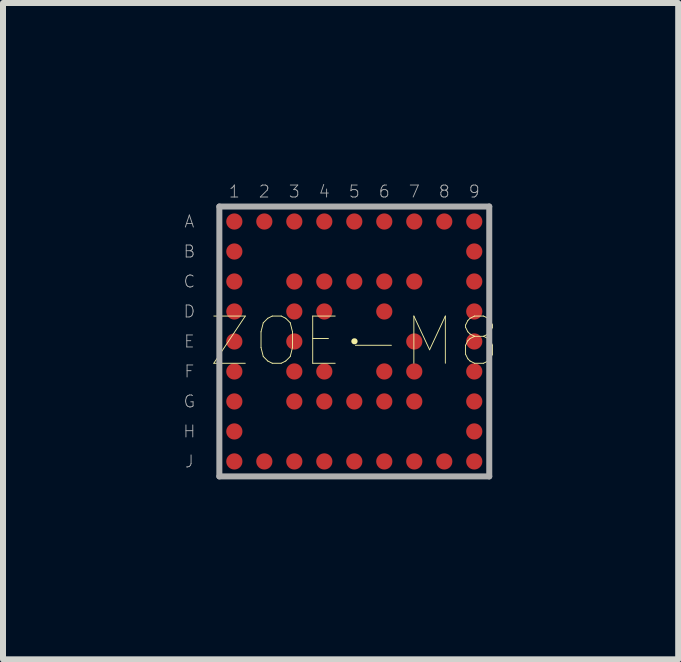
<source format=kicad_pcb>
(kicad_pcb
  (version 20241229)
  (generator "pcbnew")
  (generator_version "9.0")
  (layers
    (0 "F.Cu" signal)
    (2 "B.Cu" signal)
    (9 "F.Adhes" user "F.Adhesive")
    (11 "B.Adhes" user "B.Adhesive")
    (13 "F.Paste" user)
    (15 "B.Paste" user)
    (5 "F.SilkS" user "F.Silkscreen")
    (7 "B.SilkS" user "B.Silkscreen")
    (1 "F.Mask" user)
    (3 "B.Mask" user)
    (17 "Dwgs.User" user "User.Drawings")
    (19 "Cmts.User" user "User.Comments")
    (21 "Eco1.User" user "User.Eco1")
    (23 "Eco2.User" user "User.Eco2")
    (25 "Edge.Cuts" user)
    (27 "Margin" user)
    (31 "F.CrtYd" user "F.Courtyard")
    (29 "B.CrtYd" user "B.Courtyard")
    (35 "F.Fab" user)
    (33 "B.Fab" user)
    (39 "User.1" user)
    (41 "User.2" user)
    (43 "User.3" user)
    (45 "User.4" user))
  (footprint "ZOE-M8"
    (layer "F.Cu")
    (at 2.857 2.643)
    (property "Reference" "ZOE-M8" (at 0 0 0) (layer "F.SilkS") (effects (font (size 0.787 0.787) (thickness 0.015))))
    (attr through_hole)
    (fp_circle (center -2 -2) (end -1.815 -2) (stroke (width 0) (type solid)) (fill yes) (layer "F.Mask"))
    (fp_circle (center -2 -1.5) (end -1.815 -1.5) (stroke (width 0) (type solid)) (fill yes) (layer "F.Mask"))
    (fp_circle (center -2 -1) (end -1.815 -1) (stroke (width 0) (type solid)) (fill yes) (layer "F.Mask"))
    (fp_circle (center -2 -0.5) (end -1.815 -0.5) (stroke (width 0) (type solid)) (fill yes) (layer "F.Mask"))
    (fp_circle (center -2 0) (end -1.815 0) (stroke (width 0) (type solid)) (fill yes) (layer "F.Mask"))
    (fp_circle (center -2 0.5) (end -1.815 0.5) (stroke (width 0) (type solid)) (fill yes) (layer "F.Mask"))
    (fp_circle (center -2 1) (end -1.815 1) (stroke (width 0) (type solid)) (fill yes) (layer "F.Mask"))
    (fp_circle (center -2 1.5) (end -1.815 1.5) (stroke (width 0) (type solid)) (fill yes) (layer "F.Mask"))
    (fp_circle (center -2 2) (end -1.815 2) (stroke (width 0) (type solid)) (fill yes) (layer "F.Mask"))
    (fp_circle (center -1.5 -2) (end -1.315 -2) (stroke (width 0) (type solid)) (fill yes) (layer "F.Mask"))
    (fp_circle (center -1.5 2) (end -1.315 2) (stroke (width 0) (type solid)) (fill yes) (layer "F.Mask"))
    (fp_circle (center -1 -2) (end -0.815 -2) (stroke (width 0) (type solid)) (fill yes) (layer "F.Mask"))
    (fp_circle (center -1 -1) (end -0.815 -1) (stroke (width 0) (type solid)) (fill yes) (layer "F.Mask"))
    (fp_circle (center -1 -0.5) (end -0.815 -0.5) (stroke (width 0) (type solid)) (fill yes) (layer "F.Mask"))
    (fp_circle (center -1 0) (end -0.815 0) (stroke (width 0) (type solid)) (fill yes) (layer "F.Mask"))
    (fp_circle (center -1 0.5) (end -0.815 0.5) (stroke (width 0) (type solid)) (fill yes) (layer "F.Mask"))
    (fp_circle (center -1 1) (end -0.815 1) (stroke (width 0) (type solid)) (fill yes) (layer "F.Mask"))
    (fp_circle (center -1 2) (end -0.815 2) (stroke (width 0) (type solid)) (fill yes) (layer "F.Mask"))
    (fp_circle (center -0.5 -2) (end -0.315 -2) (stroke (width 0) (type solid)) (fill yes) (layer "F.Mask"))
    (fp_circle (center -0.5 -1) (end -0.315 -1) (stroke (width 0) (type solid)) (fill yes) (layer "F.Mask"))
    (fp_circle (center -0.5 -0.5) (end -0.315 -0.5) (stroke (width 0) (type solid)) (fill yes) (layer "F.Mask"))
    (fp_circle (center -0.5 0.5) (end -0.315 0.5) (stroke (width 0) (type solid)) (fill yes) (layer "F.Mask"))
    (fp_circle (center -0.5 1) (end -0.315 1) (stroke (width 0) (type solid)) (fill yes) (layer "F.Mask"))
    (fp_circle (center -0.5 2) (end -0.315 2) (stroke (width 0) (type solid)) (fill yes) (layer "F.Mask"))
    (fp_circle (center 0 -2) (end 0.185 -2) (stroke (width 0) (type solid)) (fill yes) (layer "F.Mask"))
    (fp_circle (center 0 -1) (end 0.185 -1) (stroke (width 0) (type solid)) (fill yes) (layer "F.Mask"))
    (fp_circle (center 0 1) (end 0.185 1) (stroke (width 0) (type solid)) (fill yes) (layer "F.Mask"))
    (fp_circle (center 0 2) (end 0.185 2) (stroke (width 0) (type solid)) (fill yes) (layer "F.Mask"))
    (fp_circle (center 0.5 -2) (end 0.685 -2) (stroke (width 0) (type solid)) (fill yes) (layer "F.Mask"))
    (fp_circle (center 0.5 -1) (end 0.685 -1) (stroke (width 0) (type solid)) (fill yes) (layer "F.Mask"))
    (fp_circle (center 0.5 -0.5) (end 0.685 -0.5) (stroke (width 0) (type solid)) (fill yes) (layer "F.Mask"))
    (fp_circle (center 0.5 0.5) (end 0.685 0.5) (stroke (width 0) (type solid)) (fill yes) (layer "F.Mask"))
    (fp_circle (center 0.5 1) (end 0.685 1) (stroke (width 0) (type solid)) (fill yes) (layer "F.Mask"))
    (fp_circle (center 0.5 2) (end 0.685 2) (stroke (width 0) (type solid)) (fill yes) (layer "F.Mask"))
    (fp_circle (center 1 -2) (end 1.185 -2) (stroke (width 0) (type solid)) (fill yes) (layer "F.Mask"))
    (fp_circle (center 1 -1) (end 1.185 -1) (stroke (width 0) (type solid)) (fill yes) (layer "F.Mask"))
    (fp_circle (center 1 0) (end 1.185 0) (stroke (width 0) (type solid)) (fill yes) (layer "F.Mask"))
    (fp_circle (center 1 0.5) (end 1.185 0.5) (stroke (width 0) (type solid)) (fill yes) (layer "F.Mask"))
    (fp_circle (center 1 1) (end 1.185 1) (stroke (width 0) (type solid)) (fill yes) (layer "F.Mask"))
    (fp_circle (center 1 2) (end 1.185 2) (stroke (width 0) (type solid)) (fill yes) (layer "F.Mask"))
    (fp_circle (center 1.5 -2) (end 1.685 -2) (stroke (width 0) (type solid)) (fill yes) (layer "F.Mask"))
    (fp_circle (center 1.5 2) (end 1.685 2) (stroke (width 0) (type solid)) (fill yes) (layer "F.Mask"))
    (fp_circle (center 2 -2) (end 2.185 -2) (stroke (width 0) (type solid)) (fill yes) (layer "F.Mask"))
    (fp_circle (center 2 -1.5) (end 2.185 -1.5) (stroke (width 0) (type solid)) (fill yes) (layer "F.Mask"))
    (fp_circle (center 2 -1) (end 2.185 -1) (stroke (width 0) (type solid)) (fill yes) (layer "F.Mask"))
    (fp_circle (center 2 -0.5) (end 2.185 -0.5) (stroke (width 0) (type solid)) (fill yes) (layer "F.Mask"))
    (fp_circle (center 2 0) (end 2.185 0) (stroke (width 0) (type solid)) (fill yes) (layer "F.Mask"))
    (fp_circle (center 2 0.5) (end 2.185 0.5) (stroke (width 0) (type solid)) (fill yes) (layer "F.Mask"))
    (fp_circle (center 2 1) (end 2.185 1) (stroke (width 0) (type solid)) (fill yes) (layer "F.Mask"))
    (fp_circle (center 2 1.5) (end 2.185 1.5) (stroke (width 0) (type solid)) (fill yes) (layer "F.Mask"))
    (fp_circle (center 2 2) (end 2.185 2) (stroke (width 0) (type solid)) (fill yes) (layer "F.Mask"))
    (fp_line (start 0 -0.003) (end 0.005 -0.003) (stroke (width 0.1) (type solid)) (layer "F.SilkS"))
    (fp_line (start -2.25 -2.25) (end -2.25 2.25) (stroke (width 0.1) (type solid)) (layer "F.Fab"))
    (fp_line (start -2.25 2.25) (end 2.25 2.25) (stroke (width 0.1) (type solid)) (layer "F.Fab"))
    (fp_line (start 2.25 -2.25) (end -2.25 -2.25) (stroke (width 0.1) (type solid)) (layer "F.Fab"))
    (fp_line (start 2.25 2.25) (end 2.25 -2.25) (stroke (width 0.1) (type solid)) (layer "F.Fab"))
    (fp_text user "H" (at -2.75 1.5 0) (layer "F.Fab") (effects (font (size 0.2 0.2) (thickness 0.015))))
    (fp_text user "6" (at 0.5 -2.5 0) (layer "F.Fab") (effects (font (size 0.2 0.2) (thickness 0.015))))
    (fp_text user "7" (at 1 -2.5 0) (layer "F.Fab") (effects (font (size 0.2 0.2) (thickness 0.015))))
    (fp_text user "5" (at 0 -2.5 0) (layer "F.Fab") (effects (font (size 0.2 0.2) (thickness 0.015))))
    (fp_text user "G" (at -2.75 1 0) (layer "F.Fab") (effects (font (size 0.2 0.2) (thickness 0.015))))
    (fp_text user "3" (at -1 -2.5 0) (layer "F.Fab") (effects (font (size 0.2 0.2) (thickness 0.015))))
    (fp_text user "9" (at 2 -2.5 0) (layer "F.Fab") (effects (font (size 0.2 0.2) (thickness 0.015))))
    (fp_text user "8" (at 1.5 -2.5 0) (layer "F.Fab") (effects (font (size 0.2 0.2) (thickness 0.015))))
    (fp_text user "J" (at -2.75 2 0) (layer "F.Fab") (effects (font (size 0.2 0.2) (thickness 0.015))))
    (fp_text user "2" (at -1.5 -2.5 0) (layer "F.Fab") (effects (font (size 0.2 0.2) (thickness 0.015))))
    (fp_text user "D" (at -2.75 -0.5 0) (layer "F.Fab") (effects (font (size 0.2 0.2) (thickness 0.015))))
    (fp_text user "B" (at -2.75 -1.5 0) (layer "F.Fab") (effects (font (size 0.2 0.2) (thickness 0.015))))
    (fp_text user "A" (at -2.75 -2 0) (layer "F.Fab") (effects (font (size 0.2 0.2) (thickness 0.015))))
    (fp_text user "F" (at -2.75 0.5 0) (layer "F.Fab") (effects (font (size 0.2 0.2) (thickness 0.015))))
    (fp_text user "4" (at -0.5 -2.5 0) (layer "F.Fab") (effects (font (size 0.2 0.2) (thickness 0.015))))
    (fp_text user "E" (at -2.75 0 0) (layer "F.Fab") (effects (font (size 0.2 0.2) (thickness 0.015))))
    (fp_text user "C" (at -2.75 -1 0) (layer "F.Fab") (effects (font (size 0.2 0.2) (thickness 0.015))))
    (fp_text user "1" (at -2 -2.5 0) (layer "F.Fab") (effects (font (size 0.2 0.2) (thickness 0.015))))
    (pad "P$2E1" smd circle (at -2 0) (size 0.27 0.27) (layers "F.Cu" "F.Paste"))
    (pad "P$A1" smd circle (at -2 -2) (size 0.27 0.27) (layers "F.Cu" "F.Paste"))
    (pad "P$A2" smd circle (at -1.5 -2) (size 0.27 0.27) (layers "F.Cu" "F.Paste"))
    (pad "P$A3" smd circle (at -1 -2) (size 0.27 0.27) (layers "F.Cu" "F.Paste"))
    (pad "P$A4" smd circle (at -0.5 -2) (size 0.27 0.27) (layers "F.Cu" "F.Paste"))
    (pad "P$A5" smd circle (at 0 -2) (size 0.27 0.27) (layers "F.Cu" "F.Paste"))
    (pad "P$A6" smd circle (at 0.5 -2) (size 0.27 0.27) (layers "F.Cu" "F.Paste"))
    (pad "P$A7" smd circle (at 1 -2) (size 0.27 0.27) (layers "F.Cu" "F.Paste"))
    (pad "P$A8" smd circle (at 1.5 -2) (size 0.27 0.27) (layers "F.Cu" "F.Paste"))
    (pad "P$A9" smd circle (at 2 -2) (size 0.27 0.27) (layers "F.Cu" "F.Paste"))
    (pad "P$B1" smd circle (at -2 -1.5) (size 0.27 0.27) (layers "F.Cu" "F.Paste"))
    (pad "P$B9" smd circle (at 2 -1.5) (size 0.27 0.27) (layers "F.Cu" "F.Paste"))
    (pad "P$C1" smd circle (at -2 -1) (size 0.27 0.27) (layers "F.Cu" "F.Paste"))
    (pad "P$C3" smd circle (at -1 -1) (size 0.27 0.27) (layers "F.Cu" "F.Paste"))
    (pad "P$C4" smd circle (at -0.5 -1) (size 0.27 0.27) (layers "F.Cu" "F.Paste"))
    (pad "P$C5" smd circle (at 0 -1) (size 0.27 0.27) (layers "F.Cu" "F.Paste"))
    (pad "P$C6" smd circle (at 0.5 -1) (size 0.27 0.27) (layers "F.Cu" "F.Paste"))
    (pad "P$C7" smd circle (at 1 -1) (size 0.27 0.27) (layers "F.Cu" "F.Paste"))
    (pad "P$C9" smd circle (at 2 -1) (size 0.27 0.27) (layers "F.Cu" "F.Paste"))
    (pad "P$D1" smd circle (at -2 -0.5) (size 0.27 0.27) (layers "F.Cu" "F.Paste"))
    (pad "P$D3" smd circle (at -1 -0.5) (size 0.27 0.27) (layers "F.Cu" "F.Paste"))
    (pad "P$D4" smd circle (at -0.5 -0.5) (size 0.27 0.27) (layers "F.Cu" "F.Paste"))
    (pad "P$D6" smd circle (at 0.5 -0.5) (size 0.27 0.27) (layers "F.Cu" "F.Paste"))
    (pad "P$D9" smd circle (at 2 -0.5) (size 0.27 0.27) (layers "F.Cu" "F.Paste"))
    (pad "P$E3" smd circle (at -1 0) (size 0.27 0.27) (layers "F.Cu" "F.Paste"))
    (pad "P$E7" smd circle (at 1 0) (size 0.27 0.27) (layers "F.Cu" "F.Paste"))
    (pad "P$E9" smd circle (at 2 0) (size 0.27 0.27) (layers "F.Cu" "F.Paste"))
    (pad "P$F1" smd circle (at -2 0.5) (size 0.27 0.27) (layers "F.Cu" "F.Paste"))
    (pad "P$F3" smd circle (at -1 0.5) (size 0.27 0.27) (layers "F.Cu" "F.Paste"))
    (pad "P$F4" smd circle (at -0.5 0.5) (size 0.27 0.27) (layers "F.Cu" "F.Paste"))
    (pad "P$F6" smd circle (at 0.5 0.5) (size 0.27 0.27) (layers "F.Cu" "F.Paste"))
    (pad "P$F7" smd circle (at 1 0.5) (size 0.27 0.27) (layers "F.Cu" "F.Paste"))
    (pad "P$F9" smd circle (at 2 0.5) (size 0.27 0.27) (layers "F.Cu" "F.Paste"))
    (pad "P$G1" smd circle (at -2 1) (size 0.27 0.27) (layers "F.Cu" "F.Paste"))
    (pad "P$G3" smd circle (at -1 1) (size 0.27 0.27) (layers "F.Cu" "F.Paste"))
    (pad "P$G4" smd circle (at -0.5 1) (size 0.27 0.27) (layers "F.Cu" "F.Paste"))
    (pad "P$G5" smd circle (at 0 1) (size 0.27 0.27) (layers "F.Cu" "F.Paste"))
    (pad "P$G6" smd circle (at 0.5 1) (size 0.27 0.27) (layers "F.Cu" "F.Paste"))
    (pad "P$G7" smd circle (at 1 1) (size 0.27 0.27) (layers "F.Cu" "F.Paste"))
    (pad "P$G9" smd circle (at 2 1) (size 0.27 0.27) (layers "F.Cu" "F.Paste"))
    (pad "P$H1" smd circle (at -2 1.5) (size 0.27 0.27) (layers "F.Cu" "F.Paste"))
    (pad "P$H9" smd circle (at 2 1.5) (size 0.27 0.27) (layers "F.Cu" "F.Paste"))
    (pad "P$J1" smd circle (at -2 2) (size 0.27 0.27) (layers "F.Cu" "F.Paste"))
    (pad "P$J2" smd circle (at -1.5 2) (size 0.27 0.27) (layers "F.Cu" "F.Paste"))
    (pad "P$J3" smd circle (at -1 2) (size 0.27 0.27) (layers "F.Cu" "F.Paste"))
    (pad "P$J4" smd circle (at -0.5 2) (size 0.27 0.27) (layers "F.Cu" "F.Paste"))
    (pad "P$J5" smd circle (at 0 2) (size 0.27 0.27) (layers "F.Cu" "F.Paste"))
    (pad "P$J6" smd circle (at 0.5 2) (size 0.27 0.27) (layers "F.Cu" "F.Paste"))
    (pad "P$J7" smd circle (at 1 2) (size 0.27 0.27) (layers "F.Cu" "F.Paste"))
    (pad "P$J8" smd circle (at 1.5 2) (size 0.27 0.27) (layers "F.Cu" "F.Paste"))
    (pad "P$J9" smd circle (at 2 2) (size 0.27 0.27) (layers "F.Cu" "F.Paste")))
  (gr_rect
    (start -3 -3)
    (end 8.257 7.943)
    (stroke (width 0.1) (type default))
    (fill no)
    (layer "Edge.Cuts")))
</source>
